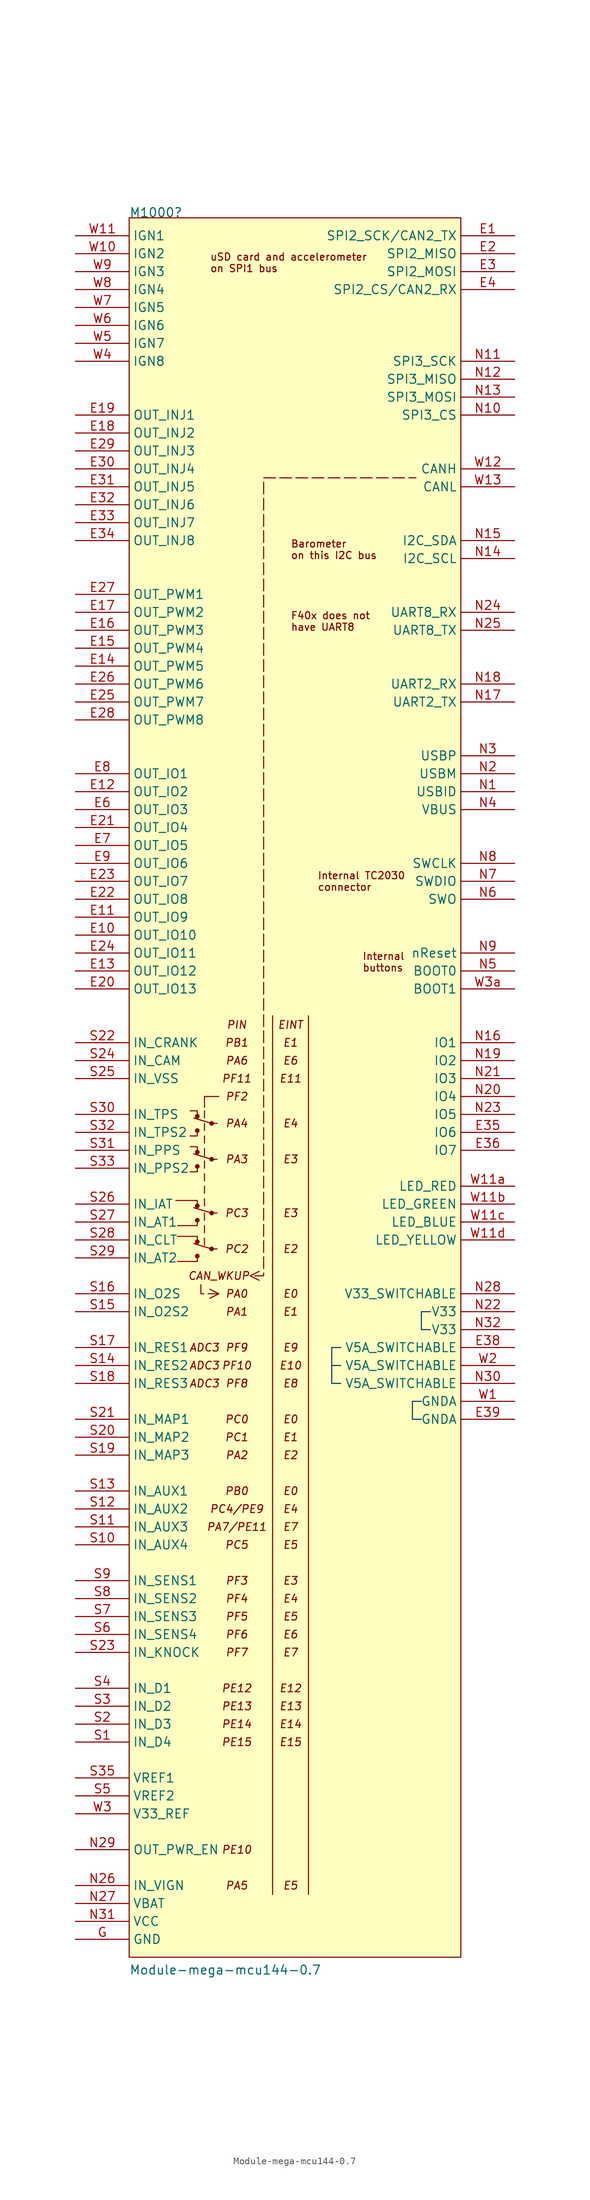
<source format=kicad_sym>
(kicad_symbol_lib
  (version 20241209)
  (generator "kicad_symbol_editor")
  (generator_version "9.0")
  (symbol "Module-mega-mcu144-0.7"
    (property "Reference" "M1000"
      (at 7.62 2.54 0)
      (effects (font (size 1.27 1.27)) (justify left bottom)))
    (property "Value" "Module-mega-mcu144-0.7"
      (at 7.62 -246.38 0)
      (effects (font (size 1.27 1.27)) (justify left bottom)))
    (symbol "Module-mega-mcu144-0.7_0_1"
      (polyline (pts (xy 16.764 -124.968) (xy 19.304 -125.73)) (stroke (width 0) (type default)) (fill (type none)))
      (polyline (pts (xy 16.764 -130.048) (xy 19.304 -130.81)) (stroke (width 0) (type default)) (fill (type none)))
      (polyline (pts (xy 16.764 -137.668) (xy 19.304 -138.43)) (stroke (width 0) (type default)) (fill (type none)))
      (polyline (pts (xy 16.764 -142.748) (xy 19.304 -143.51)) (stroke (width 0) (type default)) (fill (type none)))
      (polyline (pts (xy 17.272 -124.714) (xy 17.272 -123.952) (xy 16.256 -123.952)) (stroke (width 0) (type default)) (fill (type none)))
      (circle (center 17.272 -124.714) (radius 0.254) (stroke (width 0) (type default)) (fill (type outline)))
      (polyline (pts (xy 17.272 -126.746) (xy 17.272 -127.508) (xy 16.256 -127.508)) (stroke (width 0) (type default)) (fill (type none)))
      (circle (center 17.272 -126.746) (radius 0.254) (stroke (width 0) (type default)) (fill (type outline)))
      (polyline (pts (xy 17.272 -129.794) (xy 17.272 -129.032) (xy 16.256 -129.032)) (stroke (width 0) (type default)) (fill (type none)))
      (circle (center 17.272 -129.794) (radius 0.254) (stroke (width 0) (type default)) (fill (type outline)))
      (polyline (pts (xy 17.272 -131.826) (xy 17.272 -132.588) (xy 16.256 -132.588)) (stroke (width 0) (type default)) (fill (type none)))
      (circle (center 17.272 -131.826) (radius 0.254) (stroke (width 0) (type default)) (fill (type outline)))
      (polyline (pts (xy 17.272 -137.414) (xy 17.272 -136.652) (xy 14.224 -136.652)) (stroke (width 0) (type default)) (fill (type none)))
      (circle (center 17.272 -137.414) (radius 0.254) (stroke (width 0) (type default)) (fill (type outline)))
      (polyline (pts (xy 17.272 -139.446) (xy 17.272 -140.208) (xy 14.478 -140.208)) (stroke (width 0) (type default)) (fill (type none)))
      (circle (center 17.272 -139.446) (radius 0.254) (stroke (width 0) (type default)) (fill (type outline)))
      (polyline (pts (xy 17.272 -142.494) (xy 17.272 -141.732) (xy 14.478 -141.732)) (stroke (width 0) (type default)) (fill (type none)))
      (circle (center 17.272 -142.494) (radius 0.254) (stroke (width 0) (type default)) (fill (type outline)))
      (polyline (pts (xy 17.272 -144.526) (xy 17.272 -145.288) (xy 14.478 -145.288)) (stroke (width 0) (type default)) (fill (type none)))
      (circle (center 17.272 -144.526) (radius 0.254) (stroke (width 0) (type default)) (fill (type outline)))
      (polyline (pts (xy 18.288 -121.92) (xy 20.32 -121.92)) (stroke (width 0) (type default)) (fill (type none)))
      (polyline (pts (xy 18.288 -123.444) (xy 18.288 -121.92)) (stroke (width 0) (type default)) (fill (type none)))
      (polyline (pts (xy 18.288 -124.968) (xy 18.288 -123.952)) (stroke (width 0) (type default)) (fill (type none)))
      (polyline (pts (xy 18.288 -126.746) (xy 18.288 -125.73)) (stroke (width 0) (type default)) (fill (type none)))
      (polyline (pts (xy 18.288 -128.524) (xy 18.288 -127.508)) (stroke (width 0) (type default)) (fill (type none)))
      (polyline (pts (xy 18.288 -130.302) (xy 18.288 -129.286)) (stroke (width 0) (type default)) (fill (type none)))
      (polyline (pts (xy 18.288 -132.08) (xy 18.288 -131.064)) (stroke (width 0) (type default)) (fill (type none)))
      (polyline (pts (xy 18.288 -133.858) (xy 18.288 -132.842)) (stroke (width 0) (type default)) (fill (type none)))
      (polyline (pts (xy 18.288 -135.636) (xy 18.288 -134.62)) (stroke (width 0) (type default)) (fill (type none)))
      (polyline (pts (xy 18.288 -137.414) (xy 18.288 -136.398)) (stroke (width 0) (type default)) (fill (type none)))
      (polyline (pts (xy 18.288 -139.446) (xy 18.288 -138.43)) (stroke (width 0) (type default)) (fill (type none)))
      (polyline (pts (xy 18.288 -141.224) (xy 18.288 -140.208)) (stroke (width 0) (type default)) (fill (type none)))
      (polyline (pts (xy 18.288 -143.002) (xy 18.288 -141.986)) (stroke (width 0) (type default)) (fill (type none)))
      (polyline (pts (xy 19.304 -125.73) (xy 20.066 -125.73)) (stroke (width 0) (type default)) (fill (type none)))
      (circle (center 19.304 -125.73) (radius 0.254) (stroke (width 0) (type default)) (fill (type outline)))
      (polyline (pts (xy 19.304 -130.81) (xy 20.066 -130.81)) (stroke (width 0) (type default)) (fill (type none)))
      (circle (center 19.304 -130.81) (radius 0.254) (stroke (width 0) (type default)) (fill (type outline)))
      (polyline (pts (xy 19.304 -138.43) (xy 20.066 -138.43)) (stroke (width 0) (type default)) (fill (type none)))
      (circle (center 19.304 -138.43) (radius 0.254) (stroke (width 0) (type default)) (fill (type outline)))
      (polyline (pts (xy 19.304 -143.51) (xy 20.066 -143.51)) (stroke (width 0) (type default)) (fill (type none)))
      (circle (center 19.304 -143.51) (radius 0.254) (stroke (width 0) (type default)) (fill (type outline))))
    (symbol "Module-mega-mcu144-0.7_1_0"
      (rectangle (start 7.62 2.54) (end 54.61 -243.84) (stroke (width 0) (type default)) (fill (type background)))
      (polyline (pts (xy 17.78 -148.59) (xy 17.78 -149.86) (xy 20.32 -149.86)) (stroke (width 0) (type dash)) (fill (type none)))
      (polyline (pts (xy 20.32 -149.86) (xy 19.05 -149.225)) (stroke (width 0) (type default)) (fill (type none)))
      (polyline (pts (xy 20.32 -149.86) (xy 19.05 -150.495)) (stroke (width 0) (type default)) (fill (type none)))
      (polyline (pts (xy 24.765 -147.32) (xy 26.035 -146.685)) (stroke (width 0) (type default)) (fill (type none)))
      (polyline (pts (xy 24.765 -147.32) (xy 26.035 -147.955)) (stroke (width 0) (type default)) (fill (type none)))
      (polyline (pts (xy 25.4 -147.32) (xy 26.67 -147.32) (xy 26.67 -124.46) (xy 26.67 -34.29) (xy 48.26 -34.29)) (stroke (width 0) (type dash)) (fill (type none)))
      (polyline (pts (xy 27.94 -110.49) (xy 27.94 -234.95)) (stroke (width 0) (type default)) (fill (type none)))
      (polyline (pts (xy 33.02 -110.49) (xy 33.02 -234.95)) (stroke (width 0) (type default)) (fill (type none)))
      (polyline (pts (xy 36.322 -160.02) (xy 37.592 -160.02) (xy 37.592 -160.02) (xy 37.592 -160.02)) (stroke (width 0) (type solid) (color 7 55 99 1)) (fill (type none)))
      (polyline (pts (xy 37.592 -157.48) (xy 36.322 -157.48) (xy 36.322 -162.56) (xy 37.592 -162.56)) (stroke (width 0) (type solid) (color 7 55 99 1)) (fill (type none)))
      (polyline (pts (xy 49.022 -165.1) (xy 47.752 -165.1) (xy 47.752 -167.64) (xy 49.022 -167.64)) (stroke (width 0) (type solid) (color 7 55 99 1)) (fill (type none)))
      (polyline (pts (xy 50.292 -152.4) (xy 49.022 -152.4) (xy 49.022 -154.94) (xy 50.292 -154.94)) (stroke (width 0) (type solid) (color 7 55 99 1)) (fill (type none)))
      (text "ADC3" (at 18.288 -157.48 0) (effects (font (size 1.1 1.1) (italic yes))))
      (text "ADC3" (at 18.288 -160.02 0) (effects (font (size 1.1 1.1) (italic yes))))
      (text "ADC3" (at 18.288 -162.56 0) (effects (font (size 1.1 1.1) (italic yes))))
      (text "uSD card and accelerometer \non SPI1 bus" (at 19.05 -3.81 0) (effects (font (size 1.016 1.016)) (justify left)))
      (text "CAN_WKUP" (at 20.32 -147.32 0) (effects (font (size 1.1 1.1) (italic yes))))
      (text "PIN" (at 22.86 -111.76 0) (effects (font (size 1.1 1.1) (italic yes))))
      (text "PB1" (at 22.86 -114.3 0) (effects (font (size 1.1 1.1) (italic yes))))
      (text "PA6" (at 22.86 -116.84 0) (effects (font (size 1.1 1.1) (italic yes))))
      (text "PF11" (at 22.86 -119.38 0) (effects (font (size 1.1 1.1) (italic yes))))
      (text "PF2" (at 22.86 -121.92 0) (effects (font (size 1.1 1.1) (italic yes))))
      (text "PA4" (at 22.86 -125.73 0) (effects (font (size 1.1 1.1) (italic yes))))
      (text "PA3" (at 22.86 -130.81 0) (effects (font (size 1.1 1.1) (italic yes))))
      (text "PC3" (at 22.86 -138.43 0) (effects (font (size 1.1 1.1) (italic yes))))
      (text "PC2" (at 22.86 -143.51 0) (effects (font (size 1.1 1.1) (italic yes))))
      (text "PA0" (at 22.86 -149.86 0) (effects (font (size 1.1 1.1) (italic yes))))
      (text "PA1" (at 22.86 -152.4 0) (effects (font (size 1.1 1.1) (italic yes))))
      (text "PF9" (at 22.86 -157.48 0) (effects (font (size 1.1 1.1) (italic yes))))
      (text "PF10" (at 22.86 -160.02 0) (effects (font (size 1.1 1.1) (italic yes))))
      (text "PF8" (at 22.86 -162.56 0) (effects (font (size 1.1 1.1) (italic yes))))
      (text "PC0" (at 22.86 -167.64 0) (effects (font (size 1.1 1.1) (italic yes))))
      (text "PC1" (at 22.86 -170.18 0) (effects (font (size 1.1 1.1) (italic yes))))
      (text "PA2" (at 22.86 -172.72 0) (effects (font (size 1.1 1.1) (italic yes))))
      (text "PB0" (at 22.86 -177.8 0) (effects (font (size 1.1 1.1) (italic yes))))
      (text "PC4/PE9" (at 22.86 -180.34 0) (effects (font (size 1.1 1.1) (italic yes))))
      (text "PA7/PE11" (at 22.86 -182.88 0) (effects (font (size 1.1 1.1) (italic yes))))
      (text "PC5" (at 22.86 -185.42 0) (effects (font (size 1.1 1.1) (italic yes))))
      (text "PF3" (at 22.86 -190.5 0) (effects (font (size 1.1 1.1) (italic yes))))
      (text "PF4" (at 22.86 -193.04 0) (effects (font (size 1.1 1.1) (italic yes))))
      (text "PF5" (at 22.86 -195.58 0) (effects (font (size 1.1 1.1) (italic yes))))
      (text "PF6" (at 22.86 -198.12 0) (effects (font (size 1.1 1.1) (italic yes))))
      (text "PF7" (at 22.86 -200.66 0) (effects (font (size 1.1 1.1) (italic yes))))
      (text "PE12" (at 22.86 -205.74 0) (effects (font (size 1.1 1.1) (italic yes))))
      (text "PE13" (at 22.86 -208.28 0) (effects (font (size 1.1 1.1) (italic yes))))
      (text "PE14" (at 22.86 -210.82 0) (effects (font (size 1.1 1.1) (italic yes))))
      (text "PE15" (at 22.86 -213.36 0) (effects (font (size 1.1 1.1) (italic yes))))
      (text "PE10" (at 22.86 -228.6 0) (effects (font (size 1.1 1.1) (italic yes))))
      (text "PA5" (at 22.86 -233.68 0) (effects (font (size 1.1 1.1) (italic yes))))
      (text "Barometer\non this I2C bus" (at 30.48 -44.45 0) (effects (font (size 1.016 1.016)) (justify left)))
      (text "F40x does not\nhave UART8" (at 30.48 -54.61 0) (effects (font (size 1.016 1.016)) (justify left)))
      (text "EINT" (at 30.48 -111.76 0) (effects (font (size 1.1 1.1) (italic yes))))
      (text "E1" (at 30.48 -114.3 0) (effects (font (size 1.1 1.1) (italic yes))))
      (text "E6" (at 30.48 -116.84 0) (effects (font (size 1.1 1.1) (italic yes))))
      (text "E11" (at 30.48 -119.38 0) (effects (font (size 1.1 1.1) (italic yes))))
      (text "E4" (at 30.48 -125.73 0) (effects (font (size 1.1 1.1) (italic yes))))
      (text "E3" (at 30.48 -130.81 0) (effects (font (size 1.1 1.1) (italic yes))))
      (text "E3" (at 30.48 -138.43 0) (effects (font (size 1.1 1.1) (italic yes))))
      (text "E2" (at 30.48 -143.51 0) (effects (font (size 1.1 1.1) (italic yes))))
      (text "E0" (at 30.48 -149.86 0) (effects (font (size 1.1 1.1) (italic yes))))
      (text "E1" (at 30.48 -152.4 0) (effects (font (size 1.1 1.1) (italic yes))))
      (text "E9" (at 30.48 -157.48 0) (effects (font (size 1.1 1.1) (italic yes))))
      (text "E10" (at 30.48 -160.02 0) (effects (font (size 1.1 1.1) (italic yes))))
      (text "E8" (at 30.48 -162.56 0) (effects (font (size 1.1 1.1) (italic yes))))
      (text "E0" (at 30.48 -167.64 0) (effects (font (size 1.1 1.1) (italic yes))))
      (text "E1" (at 30.48 -170.18 0) (effects (font (size 1.1 1.1) (italic yes))))
      (text "E2" (at 30.48 -172.72 0) (effects (font (size 1.1 1.1) (italic yes))))
      (text "E0" (at 30.48 -177.8 0) (effects (font (size 1.1 1.1) (italic yes))))
      (text "E4" (at 30.48 -180.34 0) (effects (font (size 1.1 1.1) (italic yes))))
      (text "E7" (at 30.48 -182.88 0) (effects (font (size 1.1 1.1) (italic yes))))
      (text "E5" (at 30.48 -185.42 0) (effects (font (size 1.1 1.1) (italic yes))))
      (text "E3" (at 30.48 -190.5 0) (effects (font (size 1.1 1.1) (italic yes))))
      (text "E4" (at 30.48 -193.04 0) (effects (font (size 1.1 1.1) (italic yes))))
      (text "E5" (at 30.48 -195.58 0) (effects (font (size 1.1 1.1) (italic yes))))
      (text "E6" (at 30.48 -198.12 0) (effects (font (size 1.1 1.1) (italic yes))))
      (text "E7" (at 30.48 -200.66 0) (effects (font (size 1.1 1.1) (italic yes))))
      (text "E12" (at 30.48 -205.74 0) (effects (font (size 1.1 1.1) (italic yes))))
      (text "E13" (at 30.48 -208.28 0) (effects (font (size 1.1 1.1) (italic yes))))
      (text "E14" (at 30.48 -210.82 0) (effects (font (size 1.1 1.1) (italic yes))))
      (text "E15" (at 30.48 -213.36 0) (effects (font (size 1.1 1.1) (italic yes))))
      (text "E5" (at 30.48 -233.68 0) (effects (font (size 1.1 1.1) (italic yes))))
      (text "Internal TC2030\nconnector" (at 34.29 -91.44 0) (effects (font (size 1.016 1.016)) (justify left)))
      (text "Internal\nbuttons" (at 40.64 -102.87 0) (effects (font (size 1.016 1.016)) (justify left)))
      (pin passive line (at 0 0 0) (length 7.62) (name "IGN1" (effects (font (size 1.27 1.27)))) (number "W11" (effects (font (size 1.27 1.27)))))
      (pin passive line (at 0 -2.54 0) (length 7.62) (name "IGN2" (effects (font (size 1.27 1.27)))) (number "W10" (effects (font (size 1.27 1.27)))))
      (pin passive line (at 0 -5.08 0) (length 7.62) (name "IGN3" (effects (font (size 1.27 1.27)))) (number "W9" (effects (font (size 1.27 1.27)))))
      (pin passive line (at 0 -7.62 0) (length 7.62) (name "IGN4" (effects (font (size 1.27 1.27)))) (number "W8" (effects (font (size 1.27 1.27)))))
      (pin passive line (at 0 -10.16 0) (length 7.62) (name "IGN5" (effects (font (size 1.27 1.27)))) (number "W7" (effects (font (size 1.27 1.27)))))
      (pin passive line (at 0 -12.7 0) (length 7.62) (name "IGN6" (effects (font (size 1.27 1.27)))) (number "W6" (effects (font (size 1.27 1.27)))))
      (pin passive line (at 0 -15.24 0) (length 7.62) (name "IGN7" (effects (font (size 1.27 1.27)))) (number "W5" (effects (font (size 1.27 1.27)))))
      (pin passive line (at 0 -17.78 0) (length 7.62) (name "IGN8" (effects (font (size 1.27 1.27)))) (number "W4" (effects (font (size 1.27 1.27)))))
      (pin passive line (at 0 -25.4 0) (length 7.62) (name "OUT_INJ1" (effects (font (size 1.27 1.27)))) (number "E19" (effects (font (size 1.27 1.27)))))
      (pin passive line (at 0 -27.94 0) (length 7.62) (name "OUT_INJ2" (effects (font (size 1.27 1.27)))) (number "E18" (effects (font (size 1.27 1.27)))))
      (pin passive line (at 0 -30.48 0) (length 7.62) (name "OUT_INJ3" (effects (font (size 1.27 1.27)))) (number "E29" (effects (font (size 1.27 1.27)))))
      (pin passive line (at 0 -33.02 0) (length 7.62) (name "OUT_INJ4" (effects (font (size 1.27 1.27)))) (number "E30" (effects (font (size 1.27 1.27)))))
      (pin passive line (at 0 -35.56 0) (length 7.62) (name "OUT_INJ5" (effects (font (size 1.27 1.27)))) (number "E31" (effects (font (size 1.27 1.27)))))
      (pin passive line (at 0 -38.1 0) (length 7.62) (name "OUT_INJ6" (effects (font (size 1.27 1.27)))) (number "E32" (effects (font (size 1.27 1.27)))))
      (pin passive line (at 0 -40.64 0) (length 7.62) (name "OUT_INJ7" (effects (font (size 1.27 1.27)))) (number "E33" (effects (font (size 1.27 1.27)))))
      (pin passive line (at 0 -43.18 0) (length 7.62) (name "OUT_INJ8" (effects (font (size 1.27 1.27)))) (number "E34" (effects (font (size 1.27 1.27)))))
      (pin passive line (at 0 -50.8 0) (length 7.62) (name "OUT_PWM1" (effects (font (size 1.27 1.27)))) (number "E27" (effects (font (size 1.27 1.27)))))
      (pin passive line (at 0 -53.34 0) (length 7.62) (name "OUT_PWM2" (effects (font (size 1.27 1.27)))) (number "E17" (effects (font (size 1.27 1.27)))))
      (pin passive line (at 0 -55.88 0) (length 7.62) (name "OUT_PWM3" (effects (font (size 1.27 1.27)))) (number "E16" (effects (font (size 1.27 1.27)))))
      (pin passive line (at 0 -58.42 0) (length 7.62) (name "OUT_PWM4" (effects (font (size 1.27 1.27)))) (number "E15" (effects (font (size 1.27 1.27)))))
      (pin passive line (at 0 -60.96 0) (length 7.62) (name "OUT_PWM5" (effects (font (size 1.27 1.27)))) (number "E14" (effects (font (size 1.27 1.27)))))
      (pin passive line (at 0 -63.5 0) (length 7.62) (name "OUT_PWM6" (effects (font (size 1.27 1.27)))) (number "E26" (effects (font (size 1.27 1.27)))))
      (pin passive line (at 0 -66.04 0) (length 7.62) (name "OUT_PWM7" (effects (font (size 1.27 1.27)))) (number "E25" (effects (font (size 1.27 1.27)))))
      (pin passive line (at 0 -68.58 0) (length 7.62) (name "OUT_PWM8" (effects (font (size 1.27 1.27)))) (number "E28" (effects (font (size 1.27 1.27)))))
      (pin passive line (at 0 -76.2 0) (length 7.62) (name "OUT_IO1" (effects (font (size 1.27 1.27)))) (number "E8" (effects (font (size 1.27 1.27)))))
      (pin passive line (at 0 -78.74 0) (length 7.62) (name "OUT_IO2" (effects (font (size 1.27 1.27)))) (number "E12" (effects (font (size 1.27 1.27)))))
      (pin passive line (at 0 -81.28 0) (length 7.62) (name "OUT_IO3" (effects (font (size 1.27 1.27)))) (number "E6" (effects (font (size 1.27 1.27)))))
      (pin passive line (at 0 -83.82 0) (length 7.62) (name "OUT_IO4" (effects (font (size 1.27 1.27)))) (number "E21" (effects (font (size 1.27 1.27)))))
      (pin passive line (at 0 -86.36 0) (length 7.62) (name "OUT_IO5" (effects (font (size 1.27 1.27)))) (number "E7" (effects (font (size 1.27 1.27)))))
      (pin passive line (at 0 -88.9 0) (length 7.62) (name "OUT_IO6" (effects (font (size 1.27 1.27)))) (number "E9" (effects (font (size 1.27 1.27)))))
      (pin passive line (at 0 -91.44 0) (length 7.62) (name "OUT_IO7" (effects (font (size 1.27 1.27)))) (number "E23" (effects (font (size 1.27 1.27)))))
      (pin passive line (at 0 -93.98 0) (length 7.62) (name "OUT_IO8" (effects (font (size 1.27 1.27)))) (number "E22" (effects (font (size 1.27 1.27)))))
      (pin passive line (at 0 -96.52 0) (length 7.62) (name "OUT_IO9" (effects (font (size 1.27 1.27)))) (number "E11" (effects (font (size 1.27 1.27)))))
      (pin passive line (at 0 -99.06 0) (length 7.62) (name "OUT_IO10" (effects (font (size 1.27 1.27)))) (number "E10" (effects (font (size 1.27 1.27)))))
      (pin passive line (at 0 -101.6 0) (length 7.62) (name "OUT_IO11" (effects (font (size 1.27 1.27)))) (number "E24" (effects (font (size 1.27 1.27)))))
      (pin passive line (at 0 -104.14 0) (length 7.62) (name "OUT_IO12" (effects (font (size 1.27 1.27)))) (number "E13" (effects (font (size 1.27 1.27)))))
      (pin passive line (at 0 -106.68 0) (length 7.62) (name "OUT_IO13" (effects (font (size 1.27 1.27)))) (number "E20" (effects (font (size 1.27 1.27)))))
      (pin passive line (at 0 -114.3 0) (length 7.62) (name "IN_CRANK" (effects (font (size 1.27 1.27)))) (number "S22" (effects (font (size 1.27 1.27)))))
      (pin passive line (at 0 -116.84 0) (length 7.62) (name "IN_CAM" (effects (font (size 1.27 1.27)))) (number "S24" (effects (font (size 1.27 1.27)))))
      (pin passive line (at 0 -119.38 0) (length 7.62) (name "IN_VSS" (effects (font (size 1.27 1.27)))) (number "S25" (effects (font (size 1.27 1.27)))))
      (pin passive line (at 0 -124.46 0) (length 7.62) (name "IN_TPS" (effects (font (size 1.27 1.27)))) (number "S30" (effects (font (size 1.27 1.27)))))
      (pin passive line (at 0 -127 0) (length 7.62) (name "IN_TPS2" (effects (font (size 1.27 1.27)))) (number "S32" (effects (font (size 1.27 1.27)))))
      (pin passive line (at 0 -129.54 0) (length 7.62) (name "IN_PPS" (effects (font (size 1.27 1.27)))) (number "S31" (effects (font (size 1.27 1.27)))))
      (pin passive line (at 0 -132.08 0) (length 7.62) (name "IN_PPS2" (effects (font (size 1.27 1.27)))) (number "S33" (effects (font (size 1.27 1.27)))))
      (pin passive line (at 0 -137.16 0) (length 7.62) (name "IN_IAT" (effects (font (size 1.27 1.27)))) (number "S26" (effects (font (size 1.27 1.27)))))
      (pin passive line (at 0 -139.7 0) (length 7.62) (name "IN_AT1" (effects (font (size 1.27 1.27)))) (number "S27" (effects (font (size 1.27 1.27)))))
      (pin passive line (at 0 -142.24 0) (length 7.62) (name "IN_CLT" (effects (font (size 1.27 1.27)))) (number "S28" (effects (font (size 1.27 1.27)))))
      (pin passive line (at 0 -144.78 0) (length 7.62) (name "IN_AT2" (effects (font (size 1.27 1.27)))) (number "S29" (effects (font (size 1.27 1.27)))))
      (pin passive line (at 0 -149.86 0) (length 7.62) (name "IN_O2S" (effects (font (size 1.27 1.27)))) (number "S16" (effects (font (size 1.27 1.27)))))
      (pin passive line (at 0 -152.4 0) (length 7.62) (name "IN_O2S2" (effects (font (size 1.27 1.27)))) (number "S15" (effects (font (size 1.27 1.27)))))
      (pin passive line (at 0 -157.48 0) (length 7.62) (name "IN_RES1" (effects (font (size 1.27 1.27)))) (number "S17" (effects (font (size 1.27 1.27)))))
      (pin passive line (at 0 -160.02 0) (length 7.62) (name "IN_RES2" (effects (font (size 1.27 1.27)))) (number "S14" (effects (font (size 1.27 1.27)))))
      (pin passive line (at 0 -162.56 0) (length 7.62) (name "IN_RES3" (effects (font (size 1.27 1.27)))) (number "S18" (effects (font (size 1.27 1.27)))))
      (pin passive line (at 0 -167.64 0) (length 7.62) (name "IN_MAP1" (effects (font (size 1.27 1.27)))) (number "S21" (effects (font (size 1.27 1.27)))))
      (pin passive line (at 0 -170.18 0) (length 7.62) (name "IN_MAP2" (effects (font (size 1.27 1.27)))) (number "S20" (effects (font (size 1.27 1.27)))))
      (pin passive line (at 0 -172.72 0) (length 7.62) (name "IN_MAP3" (effects (font (size 1.27 1.27)))) (number "S19" (effects (font (size 1.27 1.27)))))
      (pin passive line (at 0 -177.8 0) (length 7.62) (name "IN_AUX1" (effects (font (size 1.27 1.27)))) (number "S13" (effects (font (size 1.27 1.27)))))
      (pin passive line (at 0 -180.34 0) (length 7.62) (name "IN_AUX2" (effects (font (size 1.27 1.27)))) (number "S12" (effects (font (size 1.27 1.27)))))
      (pin passive line (at 0 -182.88 0) (length 7.62) (name "IN_AUX3" (effects (font (size 1.27 1.27)))) (number "S11" (effects (font (size 1.27 1.27)))))
      (pin passive line (at 0 -185.42 0) (length 7.62) (name "IN_AUX4" (effects (font (size 1.27 1.27)))) (number "S10" (effects (font (size 1.27 1.27)))))
      (pin passive line (at 0 -190.5 0) (length 7.62) (name "IN_SENS1" (effects (font (size 1.27 1.27)))) (number "S9" (effects (font (size 1.27 1.27)))))
      (pin passive line (at 0 -193.04 0) (length 7.62) (name "IN_SENS2" (effects (font (size 1.27 1.27)))) (number "S8" (effects (font (size 1.27 1.27)))))
      (pin passive line (at 0 -195.58 0) (length 7.62) (name "IN_SENS3" (effects (font (size 1.27 1.27)))) (number "S7" (effects (font (size 1.27 1.27)))))
      (pin passive line (at 0 -198.12 0) (length 7.62) (name "IN_SENS4" (effects (font (size 1.27 1.27)))) (number "S6" (effects (font (size 1.27 1.27)))))
      (pin passive line (at 0 -200.66 0) (length 7.62) (name "IN_KNOCK" (effects (font (size 1.27 1.27)))) (number "S23" (effects (font (size 1.27 1.27)))))
      (pin passive line (at 0 -205.74 0) (length 7.62) (name "IN_D1" (effects (font (size 1.27 1.27)))) (number "S4" (effects (font (size 1.27 1.27)))))
      (pin passive line (at 0 -208.28 0) (length 7.62) (name "IN_D2" (effects (font (size 1.27 1.27)))) (number "S3" (effects (font (size 1.27 1.27)))))
      (pin passive line (at 0 -210.82 0) (length 7.62) (name "IN_D3" (effects (font (size 1.27 1.27)))) (number "S2" (effects (font (size 1.27 1.27)))))
      (pin passive line (at 0 -213.36 0) (length 7.62) (name "IN_D4" (effects (font (size 1.27 1.27)))) (number "S1" (effects (font (size 1.27 1.27)))))
      (pin passive line (at 0 -218.44 0) (length 7.62) (name "VREF1" (effects (font (size 1.27 1.27)))) (number "S35" (effects (font (size 1.27 1.27)))))
      (pin passive line (at 0 -220.98 0) (length 7.62) (name "VREF2" (effects (font (size 1.27 1.27)))) (number "S5" (effects (font (size 1.27 1.27)))))
      (pin passive line (at 0 -223.52 0) (length 7.62) (name "V33_REF" (effects (font (size 1.27 1.27)))) (number "W3" (effects (font (size 1.27 1.27)))))
      (pin passive line (at 0 -228.6 0) (length 7.62) (name "OUT_PWR_EN" (effects (font (size 1.27 1.27)))) (number "N29" (effects (font (size 1.27 1.27)))))
      (pin passive line (at 0 -233.68 0) (length 7.62) (name "IN_VIGN" (effects (font (size 1.27 1.27)))) (number "N26" (effects (font (size 1.27 1.27)))))
      (pin passive line (at 0 -236.22 0) (length 7.62) (name "VBAT" (effects (font (size 1.27 1.27)))) (number "N27" (effects (font (size 1.27 1.27)))))
      (pin passive line (at 0 -238.76 0) (length 7.62) (name "VCC" (effects (font (size 1.27 1.27)))) (number "N31" (effects (font (size 1.27 1.27)))))
      (pin passive line (at 0 -241.3 0) (length 7.62) (name "GND" (effects (font (size 1.27 1.27)))) (number "G" (effects (font (size 1.27 1.27)))))
      (pin passive line (at 62.23 0 180) (length 7.62) (name "SPI2_SCK/CAN2_TX" (effects (font (size 1.27 1.27)))) (number "E1" (effects (font (size 1.27 1.27)))))
      (pin passive line (at 62.23 -2.54 180) (length 7.62) (name "SPI2_MISO" (effects (font (size 1.27 1.27)))) (number "E2" (effects (font (size 1.27 1.27)))))
      (pin passive line (at 62.23 -5.08 180) (length 7.62) (name "SPI2_MOSI" (effects (font (size 1.27 1.27)))) (number "E3" (effects (font (size 1.27 1.27)))))
      (pin passive line (at 62.23 -7.62 180) (length 7.62) (name "SPI2_CS/CAN2_RX" (effects (font (size 1.27 1.27)))) (number "E4" (effects (font (size 1.27 1.27)))))
      (pin passive line (at 62.23 -17.78 180) (length 7.62) (name "SPI3_SCK" (effects (font (size 1.27 1.27)))) (number "N11" (effects (font (size 1.27 1.27)))))
      (pin passive line (at 62.23 -20.32 180) (length 7.62) (name "SPI3_MISO" (effects (font (size 1.27 1.27)))) (number "N12" (effects (font (size 1.27 1.27)))))
      (pin passive line (at 62.23 -22.86 180) (length 7.62) (name "SPI3_MOSI" (effects (font (size 1.27 1.27)))) (number "N13" (effects (font (size 1.27 1.27)))))
      (pin passive line (at 62.23 -25.4 180) (length 7.62) (name "SPI3_CS" (effects (font (size 1.27 1.27)))) (number "N10" (effects (font (size 1.27 1.27)))))
      (pin passive line (at 62.23 -33.02 180) (length 7.62) (name "CANH" (effects (font (size 1.27 1.27)))) (number "W12" (effects (font (size 1.27 1.27)))))
      (pin passive line (at 62.23 -35.56 180) (length 7.62) (name "CANL" (effects (font (size 1.27 1.27)))) (number "W13" (effects (font (size 1.27 1.27)))))
      (pin passive line (at 62.23 -43.18 180) (length 7.62) (name "I2C_SDA" (effects (font (size 1.27 1.27)))) (number "N15" (effects (font (size 1.27 1.27)))))
      (pin passive line (at 62.23 -45.72 180) (length 7.62) (name "I2C_SCL" (effects (font (size 1.27 1.27)))) (number "N14" (effects (font (size 1.27 1.27)))))
      (pin passive line (at 62.23 -53.34 180) (length 7.62) (name "UART8_RX" (effects (font (size 1.27 1.27)))) (number "N24" (effects (font (size 1.27 1.27)))))
      (pin passive line (at 62.23 -55.88 180) (length 7.62) (name "UART8_TX" (effects (font (size 1.27 1.27)))) (number "N25" (effects (font (size 1.27 1.27)))))
      (pin passive line (at 62.23 -63.5 180) (length 7.62) (name "UART2_RX" (effects (font (size 1.27 1.27)))) (number "N18" (effects (font (size 1.27 1.27)))))
      (pin passive line (at 62.23 -66.04 180) (length 7.62) (name "UART2_TX" (effects (font (size 1.27 1.27)))) (number "N17" (effects (font (size 1.27 1.27)))))
      (pin passive line (at 62.23 -73.66 180) (length 7.62) (name "USBP" (effects (font (size 1.27 1.27)))) (number "N3" (effects (font (size 1.27 1.27)))))
      (pin passive line (at 62.23 -76.2 180) (length 7.62) (name "USBM" (effects (font (size 1.27 1.27)))) (number "N2" (effects (font (size 1.27 1.27)))))
      (pin passive line (at 62.23 -78.74 180) (length 7.62) (name "USBID" (effects (font (size 1.27 1.27)))) (number "N1" (effects (font (size 1.27 1.27)))))
      (pin passive line (at 62.23 -81.28 180) (length 7.62) (name "VBUS" (effects (font (size 1.27 1.27)))) (number "N4" (effects (font (size 1.27 1.27)))))
      (pin passive line (at 62.23 -88.9 180) (length 7.62) (name "SWCLK" (effects (font (size 1.27 1.27)))) (number "N8" (effects (font (size 1.27 1.27)))))
      (pin passive line (at 62.23 -91.44 180) (length 7.62) (name "SWDIO" (effects (font (size 1.27 1.27)))) (number "N7" (effects (font (size 1.27 1.27)))))
      (pin passive line (at 62.23 -93.98 180) (length 7.62) (name "SWO" (effects (font (size 1.27 1.27)))) (number "N6" (effects (font (size 1.27 1.27)))))
      (pin passive line (at 62.23 -101.6 180) (length 7.62) (name "nReset" (effects (font (size 1.27 1.27)))) (number "N9" (effects (font (size 1.27 1.27)))))
      (pin passive line (at 62.23 -104.14 180) (length 7.62) (name "BOOT0" (effects (font (size 1.27 1.27)))) (number "N5" (effects (font (size 1.27 1.27)))))
      (pin passive line (at 62.23 -106.68 180) (length 7.62) (name "BOOT1" (effects (font (size 1.27 1.27)))) (number "W3a" (effects (font (size 1.27 1.27)))))
      (pin passive line (at 62.23 -114.3 180) (length 7.62) (name "IO1" (effects (font (size 1.27 1.27)))) (number "N16" (effects (font (size 1.27 1.27)))))
      (pin passive line (at 62.23 -116.84 180) (length 7.62) (name "IO2" (effects (font (size 1.27 1.27)))) (number "N19" (effects (font (size 1.27 1.27)))))
      (pin passive line (at 62.23 -119.38 180) (length 7.62) (name "IO3" (effects (font (size 1.27 1.27)))) (number "N21" (effects (font (size 1.27 1.27)))))
      (pin passive line (at 62.23 -121.92 180) (length 7.62) (name "IO4" (effects (font (size 1.27 1.27)))) (number "N20" (effects (font (size 1.27 1.27)))))
      (pin passive line (at 62.23 -124.46 180) (length 7.62) (name "IO5" (effects (font (size 1.27 1.27)))) (number "N23" (effects (font (size 1.27 1.27)))))
      (pin passive line (at 62.23 -127 180) (length 7.62) (name "IO6" (effects (font (size 1.27 1.27)))) (number "E35" (effects (font (size 1.27 1.27)))))
      (pin passive line (at 62.23 -129.54 180) (length 7.62) (name "IO7" (effects (font (size 1.27 1.27)))) (number "E36" (effects (font (size 1.27 1.27)))))
      (pin passive line (at 62.23 -134.62 180) (length 7.62) (name "LED_RED" (effects (font (size 1.27 1.27)))) (number "W11a" (effects (font (size 1.27 1.27)))))
      (pin passive line (at 62.23 -137.16 180) (length 7.62) (name "LED_GREEN" (effects (font (size 1.27 1.27)))) (number "W11b" (effects (font (size 1.27 1.27)))))
      (pin passive line (at 62.23 -139.7 180) (length 7.62) (name "LED_BLUE" (effects (font (size 1.27 1.27)))) (number "W11c" (effects (font (size 1.27 1.27)))))
      (pin passive line (at 62.23 -142.24 180) (length 7.62) (name "LED_YELLOW" (effects (font (size 1.27 1.27)))) (number "W11d" (effects (font (size 1.27 1.27)))))
      (pin passive line (at 62.23 -149.86 180) (length 7.62) (name "V33_SWITCHABLE" (effects (font (size 1.27 1.27)))) (number "N28" (effects (font (size 1.27 1.27)))))
      (pin passive line (at 62.23 -152.4 180) (length 7.62) (name "V33" (effects (font (size 1.27 1.27)))) (number "N22" (effects (font (size 1.27 1.27)))))
      (pin passive line (at 62.23 -154.94 180) (length 7.62) (name "V33" (effects (font (size 1.27 1.27)))) (number "N32" (effects (font (size 1.27 1.27)))))
      (pin passive line (at 62.23 -157.48 180) (length 7.62) (name "V5A_SWITCHABLE" (effects (font (size 1.27 1.27)))) (number "E38" (effects (font (size 1.27 1.27)))))
      (pin passive line (at 62.23 -160.02 180) (length 7.62) (name "V5A_SWITCHABLE" (effects (font (size 1.27 1.27)))) (number "W2" (effects (font (size 1.27 1.27)))))
      (pin passive line (at 62.23 -162.56 180) (length 7.62) (name "V5A_SWITCHABLE" (effects (font (size 1.27 1.27)))) (number "N30" (effects (font (size 1.27 1.27)))))
      (pin passive line (at 62.23 -165.1 180) (length 7.62) (name "GNDA" (effects (font (size 1.27 1.27)))) (number "W1" (effects (font (size 1.27 1.27)))))
      (pin passive line (at 62.23 -167.64 180) (length 7.62) (name "GNDA" (effects (font (size 1.27 1.27)))) (number "E39" (effects (font (size 1.27 1.27))))))))
</source>
